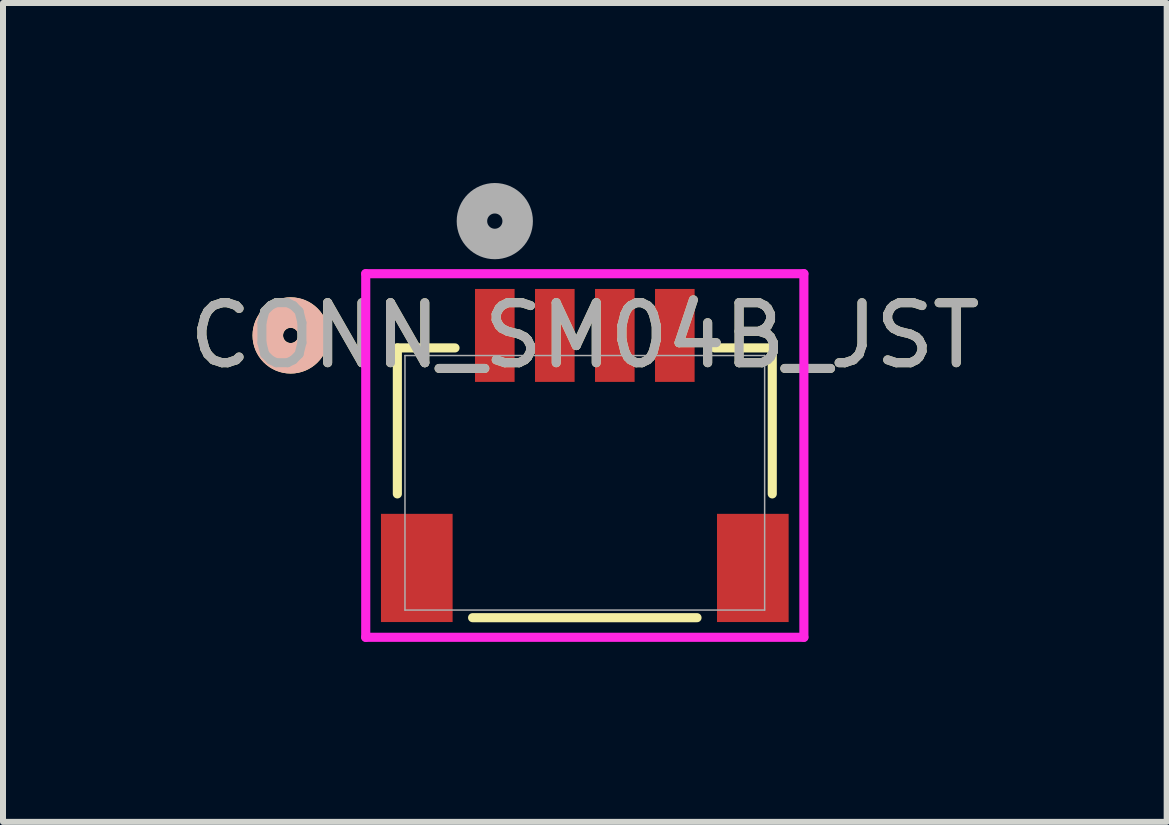
<source format=kicad_pcb>
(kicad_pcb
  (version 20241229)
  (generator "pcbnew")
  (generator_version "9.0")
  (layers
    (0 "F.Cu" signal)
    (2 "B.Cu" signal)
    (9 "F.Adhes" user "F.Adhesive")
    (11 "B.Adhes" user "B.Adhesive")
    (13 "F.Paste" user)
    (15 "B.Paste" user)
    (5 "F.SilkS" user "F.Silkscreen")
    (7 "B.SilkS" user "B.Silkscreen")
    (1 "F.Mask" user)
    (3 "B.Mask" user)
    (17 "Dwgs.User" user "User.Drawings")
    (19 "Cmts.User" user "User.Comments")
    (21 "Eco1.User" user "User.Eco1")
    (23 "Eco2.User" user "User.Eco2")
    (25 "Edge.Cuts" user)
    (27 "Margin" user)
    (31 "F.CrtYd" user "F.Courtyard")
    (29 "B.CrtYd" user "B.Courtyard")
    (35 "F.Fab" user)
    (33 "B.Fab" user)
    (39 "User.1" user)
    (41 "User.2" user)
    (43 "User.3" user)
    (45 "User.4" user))
  (footprint "CONN_SM04B_JST"
    (layer "F.Cu")
    (at 5.196 2.54)
    (property "Reference" "CONN_SM04B_JST" (at 1.5 0 0) (unlocked yes) (layer "F.SilkS") (effects (font (size 1 1) (thickness 0.15))))
    (attr smd)
    (fp_line (start -1.624 0.208) (end -1.624 2.641) (stroke (width 0.152) (type solid)) (layer "F.SilkS"))
    (fp_line (start -0.663 0.208) (end -1.624 0.208) (stroke (width 0.152) (type solid)) (layer "F.SilkS"))
    (fp_line (start -0.37 4.704) (end 3.37 4.704) (stroke (width 0.152) (type solid)) (layer "F.SilkS"))
    (fp_line (start 4.624 0.208) (end 3.663 0.208) (stroke (width 0.152) (type solid)) (layer "F.SilkS"))
    (fp_line (start 4.624 2.641) (end 4.624 0.208) (stroke (width 0.152) (type solid)) (layer "F.SilkS"))
    (fp_circle (center -3.402 0) (end -3.021 0) (stroke (width 0.508) (type solid)) (fill no) (layer "F.SilkS"))
    (fp_circle (center -3.402 0) (end -3.021 0) (stroke (width 0.508) (type solid)) (fill no) (layer "B.SilkS"))
    (fp_line (start -2.151 -1.029) (end -2.151 5.031) (stroke (width 0.152) (type solid)) (layer "F.CrtYd"))
    (fp_line (start -2.151 5.031) (end 5.151 5.031) (stroke (width 0.152) (type solid)) (layer "F.CrtYd"))
    (fp_line (start 5.151 -1.029) (end -2.151 -1.029) (stroke (width 0.152) (type solid)) (layer "F.CrtYd"))
    (fp_line (start 5.151 5.031) (end 5.151 -1.029) (stroke (width 0.152) (type solid)) (layer "F.CrtYd"))
    (fp_line (start -1.497 0.335) (end -1.497 4.577) (stroke (width 0.025) (type solid)) (layer "F.Fab"))
    (fp_line (start -1.497 4.577) (end 4.497 4.577) (stroke (width 0.025) (type solid)) (layer "F.Fab"))
    (fp_line (start 4.497 0.335) (end -1.497 0.335) (stroke (width 0.025) (type solid)) (layer "F.Fab"))
    (fp_line (start 4.497 4.577) (end 4.497 0.335) (stroke (width 0.025) (type solid)) (layer "F.Fab"))
    (fp_circle (center 0 -1.905) (end 0.381 -1.905) (stroke (width 0.508) (type solid)) (fill no) (layer "F.Fab"))
    (fp_text user "${REFERENCE}" (at 1.5 0 0) (unlocked yes) (layer "F.Fab") (effects (font (size 1 1) (thickness 0.15))))
    (pad "1" smd rect (at 0 0) (size 0.66 1.549) (layers "F.Cu" "F.Mask" "F.Paste"))
    (pad "2" smd rect (at 1 0) (size 0.66 1.549) (layers "F.Cu" "F.Mask" "F.Paste"))
    (pad "3" smd rect (at 2 0) (size 0.66 1.549) (layers "F.Cu" "F.Mask" "F.Paste"))
    (pad "4" smd rect (at 3 0) (size 0.66 1.549) (layers "F.Cu" "F.Mask" "F.Paste"))
    (pad "S" smd rect (at -1.3 3.875) (size 1.194 1.803) (layers "F.Cu" "F.Mask" "F.Paste"))
    (pad "S" smd rect (at 4.3 3.875) (size 1.194 1.803) (layers "F.Cu" "F.Mask" "F.Paste")))
  (gr_rect
    (start -3 -3)
    (end 16.393 10.647)
    (stroke (width 0.1) (type default))
    (fill no)
    (layer "Edge.Cuts")))
</source>
